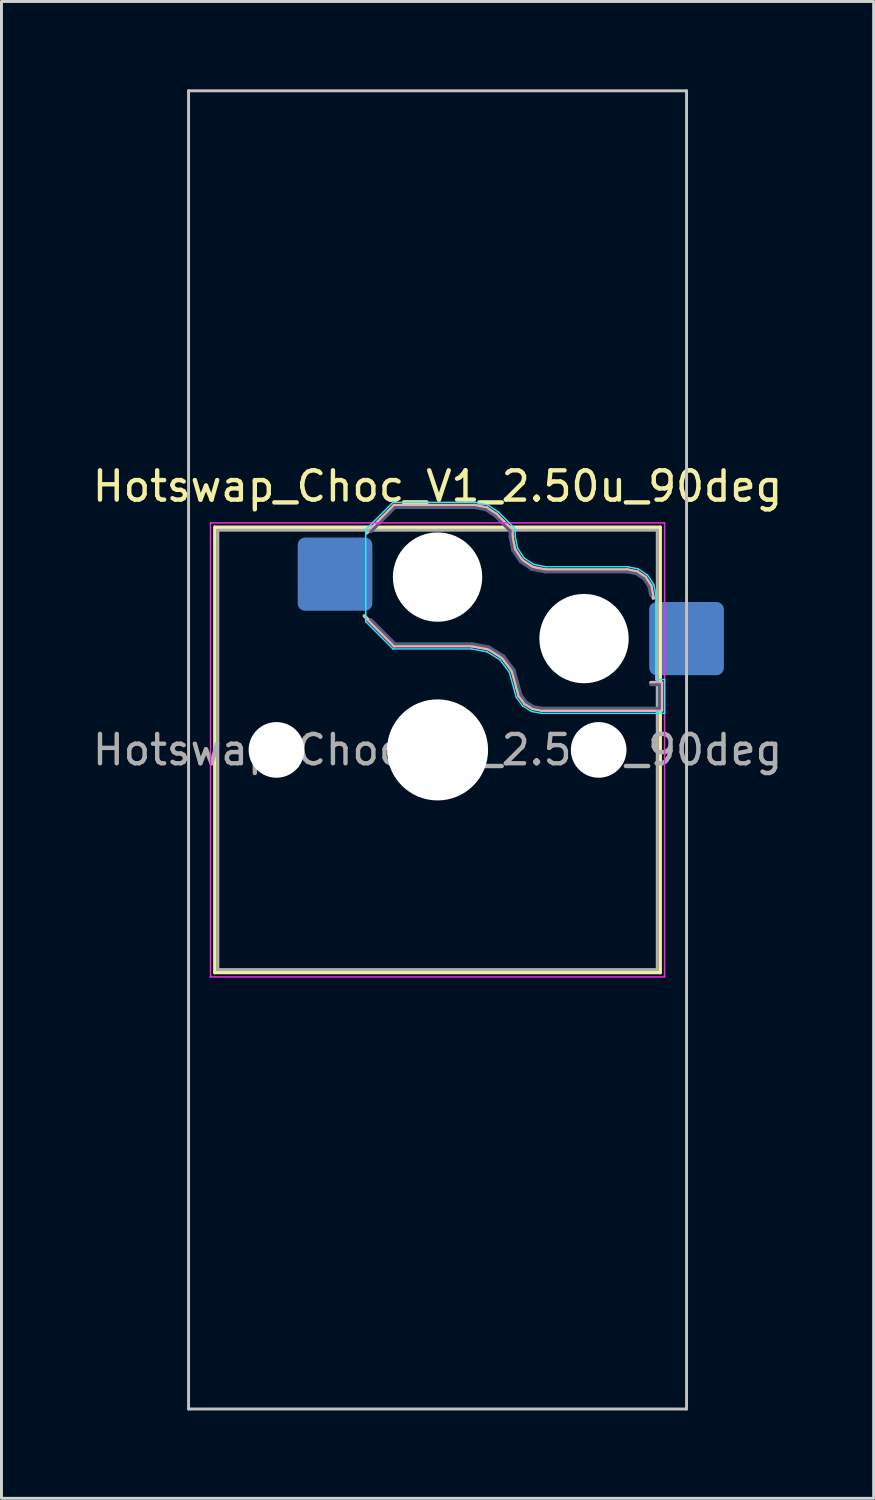
<source format=kicad_pcb>
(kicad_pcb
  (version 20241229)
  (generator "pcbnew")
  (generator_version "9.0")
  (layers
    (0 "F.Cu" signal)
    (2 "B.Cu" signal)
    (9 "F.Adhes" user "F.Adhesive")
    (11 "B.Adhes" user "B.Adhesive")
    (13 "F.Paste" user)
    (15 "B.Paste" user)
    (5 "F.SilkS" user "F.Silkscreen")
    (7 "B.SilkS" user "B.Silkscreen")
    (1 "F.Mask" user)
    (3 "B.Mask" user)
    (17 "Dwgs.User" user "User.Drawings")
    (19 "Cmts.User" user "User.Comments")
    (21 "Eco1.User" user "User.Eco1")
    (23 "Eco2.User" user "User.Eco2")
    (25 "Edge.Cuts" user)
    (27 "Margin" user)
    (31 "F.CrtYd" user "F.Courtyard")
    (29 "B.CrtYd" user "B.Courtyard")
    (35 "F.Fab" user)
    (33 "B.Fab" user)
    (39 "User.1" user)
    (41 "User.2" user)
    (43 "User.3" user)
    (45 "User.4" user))
  (footprint "Hotswap_Choc_V1_2.50u_90deg"
    (layer "F.Cu")
    (at 11.887 22.55)
    (property "Reference" "Hotswap_Choc_V1_2.50u_90deg" (at 0 -9 0) (layer "F.SilkS") (effects (font (size 1 1) (thickness 0.15))))
    (attr smd)
    (fp_line (start -7.6 -7.6) (end -7.6 7.6) (stroke (width 0.12) (type solid)) (layer "F.SilkS"))
    (fp_line (start -7.6 7.6) (end 7.6 7.6) (stroke (width 0.12) (type solid)) (layer "F.SilkS"))
    (fp_line (start 7.6 -7.6) (end -7.6 -7.6) (stroke (width 0.12) (type solid)) (layer "F.SilkS"))
    (fp_line (start 7.6 7.6) (end 7.6 -7.6) (stroke (width 0.12) (type solid)) (layer "F.SilkS"))
    (fp_line (start -2.416 -7.409) (end -1.479 -8.346) (stroke (width 0.12) (type solid)) (layer "B.SilkS"))
    (fp_line (start -1.479 -8.346) (end 1.268 -8.346) (stroke (width 0.12) (type solid)) (layer "B.SilkS"))
    (fp_line (start -1.479 -3.554) (end -2.5 -4.575) (stroke (width 0.12) (type solid)) (layer "B.SilkS"))
    (fp_line (start 1.168 -3.554) (end -1.479 -3.554) (stroke (width 0.12) (type solid)) (layer "B.SilkS"))
    (fp_line (start 1.268 -8.346) (end 1.671 -8.266) (stroke (width 0.12) (type solid)) (layer "B.SilkS"))
    (fp_line (start 1.671 -8.266) (end 2.013 -8.037) (stroke (width 0.12) (type solid)) (layer "B.SilkS"))
    (fp_line (start 1.73 -3.449) (end 1.168 -3.554) (stroke (width 0.12) (type solid)) (layer "B.SilkS"))
    (fp_line (start 2.013 -8.037) (end 2.546 -7.504) (stroke (width 0.12) (type solid)) (layer "B.SilkS"))
    (fp_line (start 2.209 -3.15) (end 1.73 -3.449) (stroke (width 0.12) (type solid)) (layer "B.SilkS"))
    (fp_line (start 2.546 -7.504) (end 2.546 -7.282) (stroke (width 0.12) (type solid)) (layer "B.SilkS"))
    (fp_line (start 2.546 -7.282) (end 2.633 -6.844) (stroke (width 0.12) (type solid)) (layer "B.SilkS"))
    (fp_line (start 2.547 -2.697) (end 2.209 -3.15) (stroke (width 0.12) (type solid)) (layer "B.SilkS"))
    (fp_line (start 2.633 -6.844) (end 2.877 -6.477) (stroke (width 0.12) (type solid)) (layer "B.SilkS"))
    (fp_line (start 2.701 -2.139) (end 2.547 -2.697) (stroke (width 0.12) (type solid)) (layer "B.SilkS"))
    (fp_line (start 2.783 -1.841) (end 2.701 -2.139) (stroke (width 0.12) (type solid)) (layer "B.SilkS"))
    (fp_line (start 2.877 -6.477) (end 3.244 -6.233) (stroke (width 0.12) (type solid)) (layer "B.SilkS"))
    (fp_line (start 2.976 -1.583) (end 2.783 -1.841) (stroke (width 0.12) (type solid)) (layer "B.SilkS"))
    (fp_line (start 3.244 -6.233) (end 3.682 -6.146) (stroke (width 0.12) (type solid)) (layer "B.SilkS"))
    (fp_line (start 3.25 -1.413) (end 2.976 -1.583) (stroke (width 0.12) (type solid)) (layer "B.SilkS"))
    (fp_line (start 3.56 -1.354) (end 3.25 -1.413) (stroke (width 0.12) (type solid)) (layer "B.SilkS"))
    (fp_line (start 3.682 -6.146) (end 6.482 -6.146) (stroke (width 0.12) (type solid)) (layer "B.SilkS"))
    (fp_line (start 6.482 -6.146) (end 6.809 -6.081) (stroke (width 0.12) (type solid)) (layer "B.SilkS"))
    (fp_line (start 6.809 -6.081) (end 7.092 -5.892) (stroke (width 0.12) (type solid)) (layer "B.SilkS"))
    (fp_line (start 7.092 -5.892) (end 7.281 -5.609) (stroke (width 0.12) (type solid)) (layer "B.SilkS"))
    (fp_line (start 7.281 -5.609) (end 7.366 -5.182) (stroke (width 0.12) (type solid)) (layer "B.SilkS"))
    (fp_line (start 7.283 -2.296) (end 7.646 -2.296) (stroke (width 0.12) (type solid)) (layer "B.SilkS"))
    (fp_line (start 7.646 -2.296) (end 7.646 -1.354) (stroke (width 0.12) (type solid)) (layer "B.SilkS"))
    (fp_line (start 7.646 -1.354) (end 3.56 -1.354) (stroke (width 0.12) (type solid)) (layer "B.SilkS"))
    (fp_line (start -8.5 -22.5) (end 8.5 -22.5) (stroke (width 0.1) (type solid)) (layer "Dwgs.User"))
    (fp_line (start -8.5 22.5) (end -8.5 -22.5) (stroke (width 0.1) (type solid)) (layer "Dwgs.User"))
    (fp_line (start 8.5 -22.5) (end 8.5 22.5) (stroke (width 0.1) (type solid)) (layer "Dwgs.User"))
    (fp_line (start 8.5 22.5) (end -8.5 22.5) (stroke (width 0.1) (type solid)) (layer "Dwgs.User"))
    (fp_line (start -7.25 -7.25) (end -7.25 7.25) (stroke (width 0.1) (type solid)) (layer "Eco1.User"))
    (fp_line (start -7.25 7.25) (end 7.25 7.25) (stroke (width 0.1) (type solid)) (layer "Eco1.User"))
    (fp_line (start 7.25 -7.25) (end -7.25 -7.25) (stroke (width 0.1) (type solid)) (layer "Eco1.User"))
    (fp_line (start 7.25 7.25) (end 7.25 -7.25) (stroke (width 0.1) (type solid)) (layer "Eco1.User"))
    (fp_line (start -2.452 -7.523) (end -1.523 -8.452) (stroke (width 0.05) (type solid)) (layer "B.CrtYd"))
    (fp_line (start -2.452 -4.377) (end -2.452 -7.523) (stroke (width 0.05) (type solid)) (layer "B.CrtYd"))
    (fp_line (start -1.523 -8.452) (end 1.278 -8.452) (stroke (width 0.05) (type solid)) (layer "B.CrtYd"))
    (fp_line (start -1.523 -3.448) (end -2.452 -4.377) (stroke (width 0.05) (type solid)) (layer "B.CrtYd"))
    (fp_line (start 1.159 -3.448) (end -1.523 -3.448) (stroke (width 0.05) (type solid)) (layer "B.CrtYd"))
    (fp_line (start 1.278 -8.452) (end 1.712 -8.366) (stroke (width 0.05) (type solid)) (layer "B.CrtYd"))
    (fp_line (start 1.691 -3.348) (end 1.159 -3.448) (stroke (width 0.05) (type solid)) (layer "B.CrtYd"))
    (fp_line (start 1.712 -8.366) (end 2.081 -8.119) (stroke (width 0.05) (type solid)) (layer "B.CrtYd"))
    (fp_line (start 2.081 -8.119) (end 2.652 -7.548) (stroke (width 0.05) (type solid)) (layer "B.CrtYd"))
    (fp_line (start 2.136 -3.071) (end 1.691 -3.348) (stroke (width 0.05) (type solid)) (layer "B.CrtYd"))
    (fp_line (start 2.45 -2.65) (end 2.136 -3.071) (stroke (width 0.05) (type solid)) (layer "B.CrtYd"))
    (fp_line (start 2.599 -2.111) (end 2.45 -2.65) (stroke (width 0.05) (type solid)) (layer "B.CrtYd"))
    (fp_line (start 2.652 -7.548) (end 2.652 -7.292) (stroke (width 0.05) (type solid)) (layer "B.CrtYd"))
    (fp_line (start 2.652 -7.292) (end 2.733 -6.885) (stroke (width 0.05) (type solid)) (layer "B.CrtYd"))
    (fp_line (start 2.687 -1.794) (end 2.599 -2.111) (stroke (width 0.05) (type solid)) (layer "B.CrtYd"))
    (fp_line (start 2.733 -6.885) (end 2.953 -6.553) (stroke (width 0.05) (type solid)) (layer "B.CrtYd"))
    (fp_line (start 2.903 -1.503) (end 2.687 -1.794) (stroke (width 0.05) (type solid)) (layer "B.CrtYd"))
    (fp_line (start 2.953 -6.553) (end 3.285 -6.333) (stroke (width 0.05) (type solid)) (layer "B.CrtYd"))
    (fp_line (start 3.211 -1.312) (end 2.903 -1.503) (stroke (width 0.05) (type solid)) (layer "B.CrtYd"))
    (fp_line (start 3.285 -6.333) (end 3.692 -6.252) (stroke (width 0.05) (type solid)) (layer "B.CrtYd"))
    (fp_line (start 3.55 -1.248) (end 3.211 -1.312) (stroke (width 0.05) (type solid)) (layer "B.CrtYd"))
    (fp_line (start 3.692 -6.252) (end 6.492 -6.252) (stroke (width 0.05) (type solid)) (layer "B.CrtYd"))
    (fp_line (start 6.492 -6.252) (end 6.85 -6.181) (stroke (width 0.05) (type solid)) (layer "B.CrtYd"))
    (fp_line (start 6.85 -6.181) (end 7.168 -5.968) (stroke (width 0.05) (type solid)) (layer "B.CrtYd"))
    (fp_line (start 7.168 -5.968) (end 7.381 -5.65) (stroke (width 0.05) (type solid)) (layer "B.CrtYd"))
    (fp_line (start 7.381 -5.65) (end 7.452 -5.292) (stroke (width 0.05) (type solid)) (layer "B.CrtYd"))
    (fp_line (start 7.452 -5.292) (end 7.452 -2.402) (stroke (width 0.05) (type solid)) (layer "B.CrtYd"))
    (fp_line (start 7.452 -2.402) (end 7.752 -2.402) (stroke (width 0.05) (type solid)) (layer "B.CrtYd"))
    (fp_line (start 7.752 -2.402) (end 7.752 -1.248) (stroke (width 0.05) (type solid)) (layer "B.CrtYd"))
    (fp_line (start 7.752 -1.248) (end 3.55 -1.248) (stroke (width 0.05) (type solid)) (layer "B.CrtYd"))
    (fp_line (start -7.75 -7.75) (end -7.75 7.75) (stroke (width 0.05) (type solid)) (layer "F.CrtYd"))
    (fp_line (start -7.75 7.75) (end 7.75 7.75) (stroke (width 0.05) (type solid)) (layer "F.CrtYd"))
    (fp_line (start 7.75 -7.75) (end -7.75 -7.75) (stroke (width 0.05) (type solid)) (layer "F.CrtYd"))
    (fp_line (start 7.75 7.75) (end 7.75 -7.75) (stroke (width 0.05) (type solid)) (layer "F.CrtYd"))
    (fp_line (start -2.275 -7.45) (end -1.45 -8.275) (stroke (width 0.1) (type solid)) (layer "B.Fab"))
    (fp_line (start -1.45 -8.275) (end 1.261 -8.275) (stroke (width 0.1) (type solid)) (layer "B.Fab"))
    (fp_line (start -1.45 -3.625) (end -2.275 -4.45) (stroke (width 0.1) (type solid)) (layer "B.Fab"))
    (fp_line (start 1.175 -3.625) (end -1.45 -3.625) (stroke (width 0.1) (type solid)) (layer "B.Fab"))
    (fp_line (start 1.261 -8.275) (end 1.643 -8.199) (stroke (width 0.1) (type solid)) (layer "B.Fab"))
    (fp_line (start 1.643 -8.199) (end 1.968 -7.982) (stroke (width 0.1) (type solid)) (layer "B.Fab"))
    (fp_line (start 1.756 -3.516) (end 1.175 -3.625) (stroke (width 0.1) (type solid)) (layer "B.Fab"))
    (fp_line (start 1.968 -7.982) (end 2.475 -7.475) (stroke (width 0.1) (type solid)) (layer "B.Fab"))
    (fp_line (start 2.258 -3.203) (end 1.756 -3.516) (stroke (width 0.1) (type solid)) (layer "B.Fab"))
    (fp_line (start 2.475 -7.475) (end 2.475 -7.275) (stroke (width 0.1) (type solid)) (layer "B.Fab"))
    (fp_line (start 2.475 -7.275) (end 2.566 -6.816) (stroke (width 0.1) (type solid)) (layer "B.Fab"))
    (fp_line (start 2.566 -6.816) (end 2.826 -6.426) (stroke (width 0.1) (type solid)) (layer "B.Fab"))
    (fp_line (start 2.612 -2.729) (end 2.258 -3.203) (stroke (width 0.1) (type solid)) (layer "B.Fab"))
    (fp_line (start 2.769 -2.158) (end 2.612 -2.729) (stroke (width 0.1) (type solid)) (layer "B.Fab"))
    (fp_line (start 2.826 -6.426) (end 3.216 -6.166) (stroke (width 0.1) (type solid)) (layer "B.Fab"))
    (fp_line (start 2.848 -1.873) (end 2.769 -2.158) (stroke (width 0.1) (type solid)) (layer "B.Fab"))
    (fp_line (start 3.025 -1.636) (end 2.848 -1.873) (stroke (width 0.1) (type solid)) (layer "B.Fab"))
    (fp_line (start 3.216 -6.166) (end 3.675 -6.075) (stroke (width 0.1) (type solid)) (layer "B.Fab"))
    (fp_line (start 3.276 -1.48) (end 3.025 -1.636) (stroke (width 0.1) (type solid)) (layer "B.Fab"))
    (fp_line (start 3.567 -1.425) (end 3.276 -1.48) (stroke (width 0.1) (type solid)) (layer "B.Fab"))
    (fp_line (start 3.675 -6.075) (end 6.475 -6.075) (stroke (width 0.1) (type solid)) (layer "B.Fab"))
    (fp_line (start 6.475 -6.075) (end 6.781 -6.014) (stroke (width 0.1) (type solid)) (layer "B.Fab"))
    (fp_line (start 6.781 -6.014) (end 7.041 -5.841) (stroke (width 0.1) (type solid)) (layer "B.Fab"))
    (fp_line (start 7.041 -5.841) (end 7.214 -5.581) (stroke (width 0.1) (type solid)) (layer "B.Fab"))
    (fp_line (start 7.214 -5.581) (end 7.275 -5.275) (stroke (width 0.1) (type solid)) (layer "B.Fab"))
    (fp_line (start 7.275 -2.225) (end 7.575 -2.225) (stroke (width 0.1) (type solid)) (layer "B.Fab"))
    (fp_line (start 7.575 -2.225) (end 7.575 -1.425) (stroke (width 0.1) (type solid)) (layer "B.Fab"))
    (fp_line (start 7.575 -1.425) (end 3.567 -1.425) (stroke (width 0.1) (type solid)) (layer "B.Fab"))
    (fp_line (start -7.5 -7.5) (end -7.5 7.5) (stroke (width 0.1) (type solid)) (layer "F.Fab"))
    (fp_line (start -7.5 7.5) (end 7.5 7.5) (stroke (width 0.1) (type solid)) (layer "F.Fab"))
    (fp_line (start 7.5 -7.5) (end -7.5 -7.5) (stroke (width 0.1) (type solid)) (layer "F.Fab"))
    (fp_line (start 7.5 7.5) (end 7.5 -7.5) (stroke (width 0.1) (type solid)) (layer "F.Fab"))
    (fp_text user "${REFERENCE}" (at 0 0 0) (layer "F.Fab") (effects (font (size 1 1) (thickness 0.15))))
    (pad "" np_thru_hole circle (at -5.5 0) (size 1.9 1.9) (drill 1.9) (layers "*.Cu" "*.Mask"))
    (pad "" np_thru_hole circle (at 0 -5.9) (size 3.05 3.05) (drill 3.05) (layers "*.Cu" "*.Mask"))
    (pad "" np_thru_hole circle (at 0 0) (size 3.45 3.45) (drill 3.45) (layers "*.Cu" "*.Mask"))
    (pad "" np_thru_hole circle (at 5 -3.8) (size 3.05 3.05) (drill 3.05) (layers "*.Cu" "*.Mask"))
    (pad "" np_thru_hole circle (at 5.5 0) (size 1.9 1.9) (drill 1.9) (layers "*.Cu" "*.Mask"))
    (pad "1" smd roundrect (at -3.5 -6) (size 2.55 2.5) (layers "B.Cu" "B.Mask" "B.Paste") (roundrect_rratio 0.1))
    (pad "2" smd roundrect (at 8.5 -3.8) (size 2.55 2.5) (layers "B.Cu" "B.Mask" "B.Paste") (roundrect_rratio 0.1)))
  (gr_rect
    (start -3 -3)
    (end 26.774 48.1)
    (stroke (width 0.1) (type default))
    (fill no)
    (layer "Edge.Cuts")))
</source>
